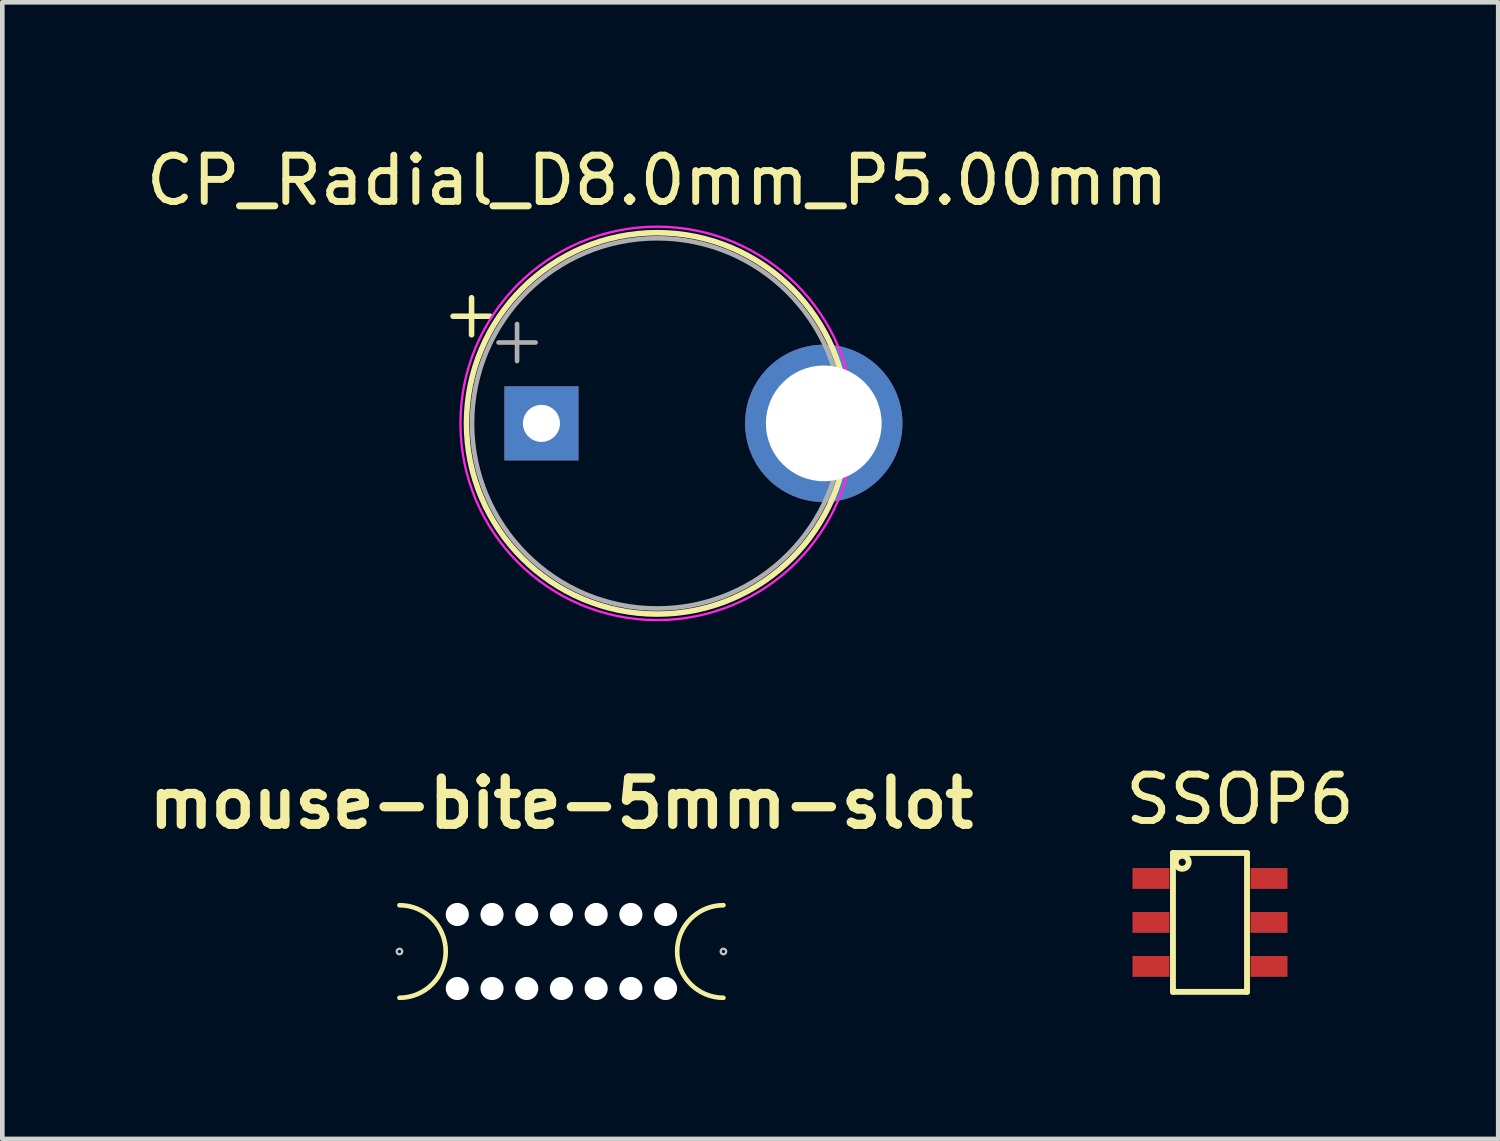
<source format=kicad_pcb>
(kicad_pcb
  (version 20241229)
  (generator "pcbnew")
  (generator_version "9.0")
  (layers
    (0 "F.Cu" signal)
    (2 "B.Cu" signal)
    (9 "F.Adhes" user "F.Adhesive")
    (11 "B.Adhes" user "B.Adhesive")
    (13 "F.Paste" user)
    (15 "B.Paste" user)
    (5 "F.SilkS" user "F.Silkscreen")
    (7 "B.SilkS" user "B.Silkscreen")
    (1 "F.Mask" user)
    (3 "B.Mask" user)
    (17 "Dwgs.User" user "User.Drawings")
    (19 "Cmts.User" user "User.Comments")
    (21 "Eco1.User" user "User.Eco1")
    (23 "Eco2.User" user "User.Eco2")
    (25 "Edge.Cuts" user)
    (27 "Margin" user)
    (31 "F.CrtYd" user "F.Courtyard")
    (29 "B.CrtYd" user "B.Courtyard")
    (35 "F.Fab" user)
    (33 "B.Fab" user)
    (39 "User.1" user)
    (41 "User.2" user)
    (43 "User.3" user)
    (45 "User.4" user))
  (footprint "mouse-bite-5mm-slot"
    (layer "F.Cu")
    (at 9.081 17.509)
    (property "Reference" "mouse-bite-5mm-slot" (at 0 -3.2 0) (layer "F.SilkS") (effects (font (size 1 1) (thickness 0.2))))
    (attr through_hole)
    (fp_arc (start -3.5 -1) (mid -2.5 0) (end -3.5 1) (stroke (width 0.1) (type solid)) (layer "F.SilkS"))
    (fp_arc (start 3.5 1) (mid 2.5 0) (end 3.5 -1) (stroke (width 0.1) (type solid)) (layer "F.SilkS"))
    (fp_circle (center -3.5 0) (end -3.56 0) (stroke (width 0.05) (type solid)) (fill no) (layer "Dwgs.User"))
    (fp_circle (center 3.5 0) (end 3.56 0) (stroke (width 0.05) (type solid)) (fill no) (layer "Dwgs.User"))
    (fp_line (start -3.5 0) (end -3.5 0) (stroke (width 2) (type solid)) (layer "Eco1.User"))
    (fp_line (start 3.5 0) (end 3.5 0) (stroke (width 2) (type solid)) (layer "Eco1.User"))
    (pad "" np_thru_hole circle (at -2.25 -0.8) (size 0.5 0.5) (drill 0.5) (layers "*.Cu" "*.Mask"))
    (pad "" np_thru_hole circle (at -2.25 0.8 180) (size 0.5 0.5) (drill 0.5) (layers "*.Cu" "*.Mask"))
    (pad "" np_thru_hole circle (at -1.5 -0.8) (size 0.5 0.5) (drill 0.5) (layers "*.Cu" "*.Mask"))
    (pad "" np_thru_hole circle (at -1.5 0.8 180) (size 0.5 0.5) (drill 0.5) (layers "*.Cu" "*.Mask"))
    (pad "" np_thru_hole circle (at -0.75 -0.8) (size 0.5 0.5) (drill 0.5) (layers "*.Cu" "*.Mask"))
    (pad "" np_thru_hole circle (at -0.75 0.8 180) (size 0.5 0.5) (drill 0.5) (layers "*.Cu" "*.Mask"))
    (pad "" np_thru_hole circle (at 0 -0.8) (size 0.5 0.5) (drill 0.5) (layers "*.Cu" "*.Mask"))
    (pad "" np_thru_hole circle (at 0 0.8 180) (size 0.5 0.5) (drill 0.5) (layers "*.Cu" "*.Mask"))
    (pad "" np_thru_hole circle (at 0.75 -0.8) (size 0.5 0.5) (drill 0.5) (layers "*.Cu" "*.Mask"))
    (pad "" np_thru_hole circle (at 0.75 0.8 180) (size 0.5 0.5) (drill 0.5) (layers "*.Cu" "*.Mask"))
    (pad "" np_thru_hole circle (at 1.5 -0.8) (size 0.5 0.5) (drill 0.5) (layers "*.Cu" "*.Mask"))
    (pad "" np_thru_hole circle (at 1.5 0.8 180) (size 0.5 0.5) (drill 0.5) (layers "*.Cu" "*.Mask"))
    (pad "" np_thru_hole circle (at 2.25 -0.8) (size 0.5 0.5) (drill 0.5) (layers "*.Cu" "*.Mask"))
    (pad "" np_thru_hole circle (at 2.25 0.8 180) (size 0.5 0.5) (drill 0.5) (layers "*.Cu" "*.Mask")))
  (footprint "SSOP6"
    (layer "F.Cu")
    (at 23.094 16.881)
    (property "Reference" "SSOP6" (at 0.648 -2.659 0) (layer "F.SilkS") (effects (font (size 1.001 1.001) (thickness 0.15))))
    (attr smd)
    (fp_line (start -0.8 -1.5) (end 0.8 -1.5) (stroke (width 0.127) (type solid)) (layer "F.SilkS"))
    (fp_line (start -0.8 1.5) (end -0.8 -1.5) (stroke (width 0.127) (type solid)) (layer "F.SilkS"))
    (fp_line (start 0.8 -1.5) (end 0.8 1.5) (stroke (width 0.127) (type solid)) (layer "F.SilkS"))
    (fp_line (start 0.8 1.5) (end -0.8 1.5) (stroke (width 0.127) (type solid)) (layer "F.SilkS"))
    (fp_circle (center -0.6 -1.3) (end -0.459 -1.3) (stroke (width 0.127) (type solid)) (fill no) (layer "F.SilkS"))
    (pad "1" smd rect (at -1.275 -0.95 270) (size 0.45 0.8) (layers "F.Cu" "F.Mask" "F.Paste"))
    (pad "2" smd rect (at -1.275 0 270) (size 0.45 0.8) (layers "F.Cu" "F.Mask" "F.Paste"))
    (pad "3" smd rect (at -1.275 0.95 270) (size 0.45 0.8) (layers "F.Cu" "F.Mask" "F.Paste"))
    (pad "4" smd rect (at 1.275 0.95 270) (size 0.45 0.8) (layers "F.Cu" "F.Mask" "F.Paste"))
    (pad "5" smd rect (at 1.275 0 270) (size 0.45 0.8) (layers "F.Cu" "F.Mask" "F.Paste"))
    (pad "6" smd rect (at 1.275 -0.95 270) (size 0.45 0.8) (layers "F.Cu" "F.Mask" "F.Paste")))
  (footprint "CP_Radial_D8.0mm_P5.00mm"
    (layer "F.Cu")
    (at 8.649 6.098)
    (property "Reference" "CP_Radial_D8.0mm_P5.00mm" (at 2.5 -5.25 180) (layer "F.SilkS") (effects (font (size 1 1) (thickness 0.15))))
    (attr through_hole)
    (fp_line (start -1.91 -2.315) (end -1.11 -2.315) (stroke (width 0.12) (type solid)) (layer "F.SilkS"))
    (fp_line (start -1.51 -2.715) (end -1.51 -1.915) (stroke (width 0.12) (type solid)) (layer "F.SilkS"))
    (fp_circle (center 2.5 0) (end 6.62 0) (stroke (width 0.12) (type solid)) (fill no) (layer "F.SilkS"))
    (fp_circle (center 2.5 0) (end 6.75 0) (stroke (width 0.05) (type solid)) (fill no) (layer "F.CrtYd"))
    (fp_line (start -0.927 -1.748) (end -0.127 -1.748) (stroke (width 0.1) (type solid)) (layer "F.Fab"))
    (fp_line (start -0.527 -2.147) (end -0.527 -1.347) (stroke (width 0.1) (type solid)) (layer "F.Fab"))
    (fp_circle (center 2.5 0) (end 6.5 0) (stroke (width 0.1) (type solid)) (fill no) (layer "F.Fab"))
    (pad "1" thru_hole rect (at 0 0) (size 1.6 1.6) (drill 0.8) (layers "*.Cu" "*.Mask"))
    (pad "2" thru_hole circle (at 6.1 0) (size 3.4 3.4) (drill 2.5) (layers "*.Cu" "*.Mask")))
  (gr_rect
    (start -3 -3)
    (end 29.322 21.559)
    (stroke (width 0.1) (type default))
    (fill no)
    (layer "Edge.Cuts")))
</source>
